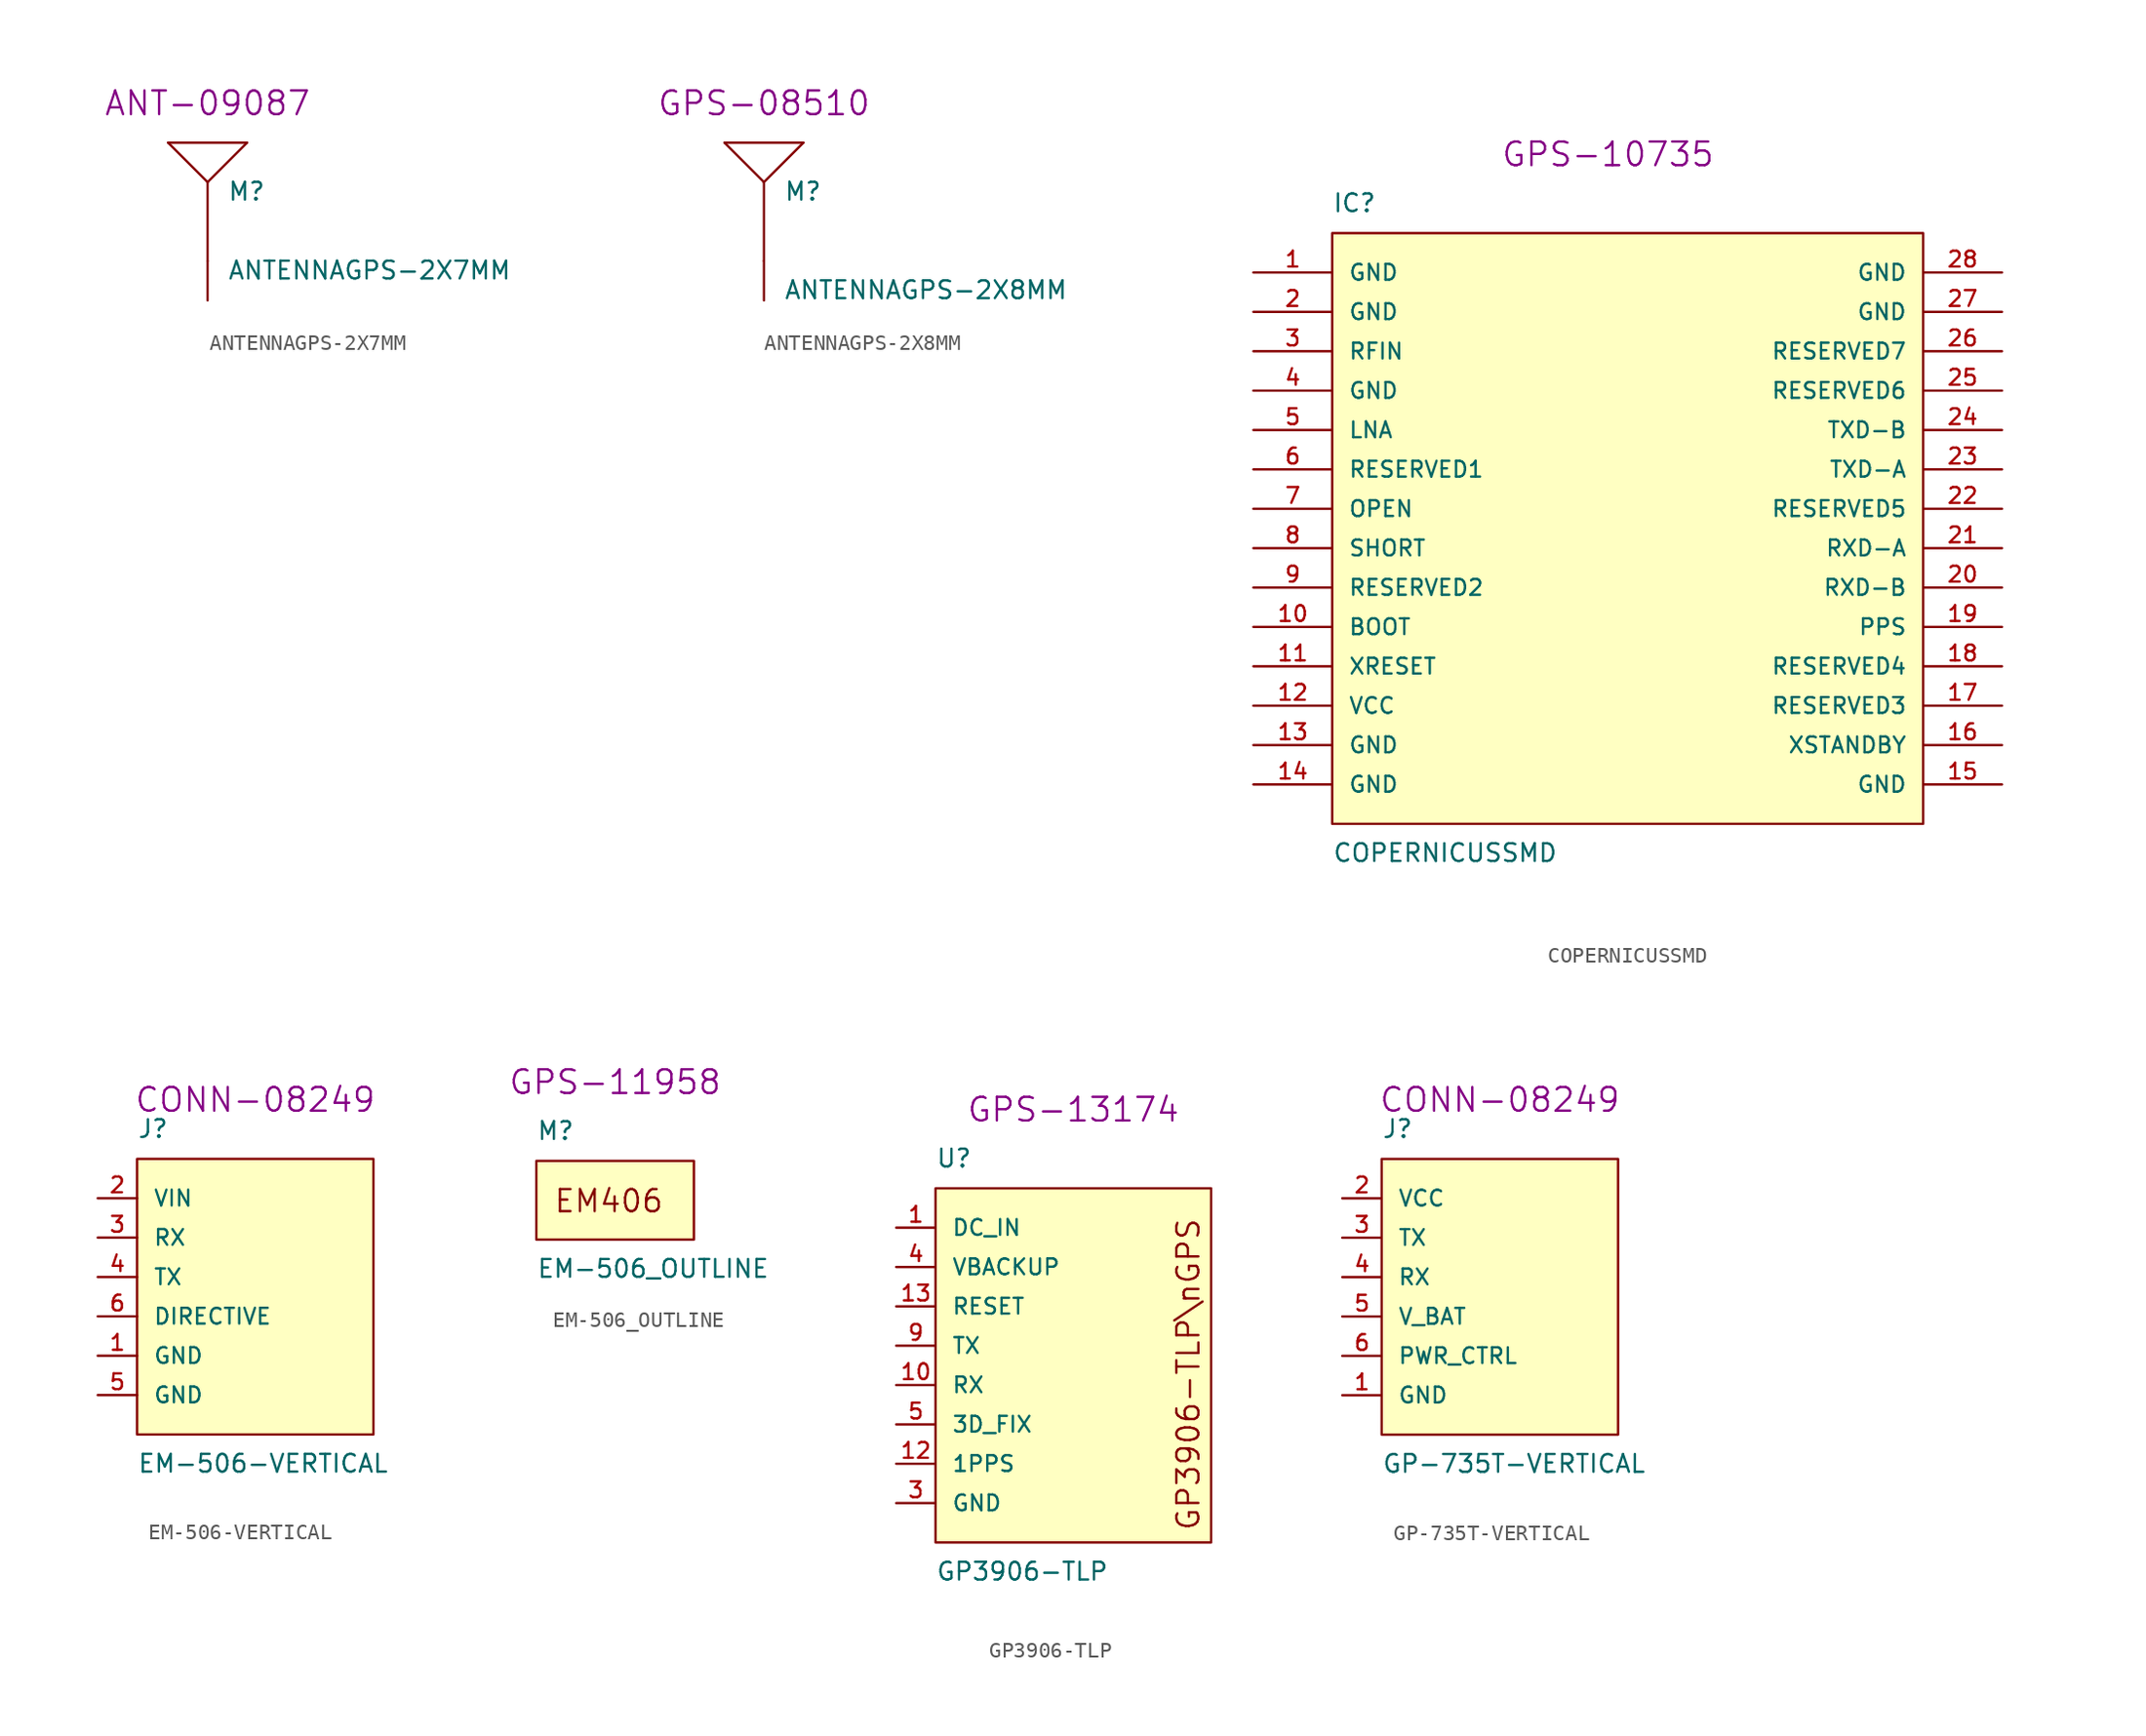
<source format=kicad_sym>
(kicad_symbol_lib
  (version 20211014)
  (generator kicad_symbol_editor)
  (symbol "ANTENNAGPS-2X7MM"
    (pin_numbers hide)
    (pin_names
      (offset 1.016) hide)
    (property "Reference" "M"
      (at 1.27 1.27 0)
      (effects (font (size 1.143 1.143)) (justify left bottom)))
    (property "Value" "ANTENNAGPS-2X7MM"
      (at 1.27 -3.81 0)
      (effects (font (size 1.143 1.143)) (justify left bottom)))
    (property "Field4" "ANT-09087"
      (at 0 7.62 0)
      (effects (font (size 1.524 1.524))))
    (property "ki_locked" ""
      (at 0 0 0)
      (effects (font (size 1.27 1.27))))
    (symbol "ANTENNAGPS-2X7MM_1_0"
      (polyline (pts (xy -2.54 5.08) (xy 2.54 5.08)) (stroke (width 0) (type default) (color 0 0 0 0)) (fill (type none)))
      (polyline (pts (xy 0 2.54) (xy -2.54 5.08)) (stroke (width 0) (type default) (color 0 0 0 0)) (fill (type none)))
      (polyline (pts (xy 0 2.54) (xy 0 -2.54)) (stroke (width 0) (type default) (color 0 0 0 0)) (fill (type none)))
      (polyline (pts (xy 0 2.54) (xy 2.54 5.08)) (stroke (width 0) (type default) (color 0 0 0 0)) (fill (type none))))
    (symbol "ANTENNAGPS-2X7MM_1_1"
      (pin bidirectional line (at 0 -5.08 90) (length 2.54) (name "SIGNAL" (effects (font (size 1.016 1.016)))) (number "1" (effects (font (size 1.016 1.016)))))))
  (symbol "ANTENNAGPS-2X8MM"
    (pin_numbers hide)
    (pin_names
      (offset 1.016) hide)
    (property "Reference" "M"
      (at 1.27 1.27 0)
      (effects (font (size 1.143 1.143)) (justify left bottom)))
    (property "Value" "ANTENNAGPS-2X8MM"
      (at 1.27 -5.08 0)
      (effects (font (size 1.143 1.143)) (justify left bottom)))
    (property "Field4" "GPS-08510"
      (at 0 7.62 0)
      (effects (font (size 1.524 1.524))))
    (property "ki_locked" ""
      (at 0 0 0)
      (effects (font (size 1.27 1.27))))
    (symbol "ANTENNAGPS-2X8MM_1_0"
      (polyline (pts (xy -2.54 5.08) (xy 2.54 5.08)) (stroke (width 0) (type default) (color 0 0 0 0)) (fill (type none)))
      (polyline (pts (xy 0 2.54) (xy -2.54 5.08)) (stroke (width 0) (type default) (color 0 0 0 0)) (fill (type none)))
      (polyline (pts (xy 0 2.54) (xy 0 -2.54)) (stroke (width 0) (type default) (color 0 0 0 0)) (fill (type none)))
      (polyline (pts (xy 0 2.54) (xy 2.54 5.08)) (stroke (width 0) (type default) (color 0 0 0 0)) (fill (type none))))
    (symbol "ANTENNAGPS-2X8MM_1_1"
      (pin bidirectional line (at 0 -5.08 90) (length 2.54) (name "SIGNAL" (effects (font (size 1.016 1.016)))) (number "SIG" (effects (font (size 1.016 1.016)))))))
  (symbol "COPERNICUSSMD"
    (pin_names
      (offset 1.016))
    (property "Reference" "IC"
      (at -17.78 19.05 0)
      (effects (font (size 1.143 1.143)) (justify left bottom)))
    (property "Value" "COPERNICUSSMD"
      (at -17.78 -22.86 0)
      (effects (font (size 1.143 1.143)) (justify left bottom)))
    (property "Field4" "GPS-10735"
      (at 0 22.86 0)
      (effects (font (size 1.524 1.524))))
    (property "ki_locked" ""
      (at 0 0 0)
      (effects (font (size 1.27 1.27))))
    (symbol "COPERNICUSSMD_1_1"
      (polyline (pts (xy -17.78 17.78) (xy 20.32 17.78) (xy 20.32 -20.32) (xy -17.78 -20.32) (xy -17.78 17.78)) (stroke (width 0) (type default) (color 0 0 0 0)) (fill (type background)))
      (pin bidirectional line (at -22.86 15.24 0) (length 5.08) (name "GND" (effects (font (size 1.016 1.016)))) (number "1" (effects (font (size 1.016 1.016)))))
      (pin bidirectional line (at -22.86 -7.62 0) (length 5.08) (name "BOOT" (effects (font (size 1.016 1.016)))) (number "10" (effects (font (size 1.016 1.016)))))
      (pin bidirectional line (at -22.86 -10.16 0) (length 5.08) (name "XRESET" (effects (font (size 1.016 1.016)))) (number "11" (effects (font (size 1.016 1.016)))))
      (pin bidirectional line (at -22.86 -12.7 0) (length 5.08) (name "VCC" (effects (font (size 1.016 1.016)))) (number "12" (effects (font (size 1.016 1.016)))))
      (pin bidirectional line (at -22.86 -15.24 0) (length 5.08) (name "GND" (effects (font (size 1.016 1.016)))) (number "13" (effects (font (size 1.016 1.016)))))
      (pin bidirectional line (at -22.86 -17.78 0) (length 5.08) (name "GND" (effects (font (size 1.016 1.016)))) (number "14" (effects (font (size 1.016 1.016)))))
      (pin bidirectional line (at 25.4 -17.78 180) (length 5.08) (name "GND" (effects (font (size 1.016 1.016)))) (number "15" (effects (font (size 1.016 1.016)))))
      (pin bidirectional line (at 25.4 -15.24 180) (length 5.08) (name "XSTANDBY" (effects (font (size 1.016 1.016)))) (number "16" (effects (font (size 1.016 1.016)))))
      (pin bidirectional line (at 25.4 -12.7 180) (length 5.08) (name "RESERVED3" (effects (font (size 1.016 1.016)))) (number "17" (effects (font (size 1.016 1.016)))))
      (pin bidirectional line (at 25.4 -10.16 180) (length 5.08) (name "RESERVED4" (effects (font (size 1.016 1.016)))) (number "18" (effects (font (size 1.016 1.016)))))
      (pin bidirectional line (at 25.4 -7.62 180) (length 5.08) (name "PPS" (effects (font (size 1.016 1.016)))) (number "19" (effects (font (size 1.016 1.016)))))
      (pin bidirectional line (at -22.86 12.7 0) (length 5.08) (name "GND" (effects (font (size 1.016 1.016)))) (number "2" (effects (font (size 1.016 1.016)))))
      (pin bidirectional line (at 25.4 -5.08 180) (length 5.08) (name "RXD-B" (effects (font (size 1.016 1.016)))) (number "20" (effects (font (size 1.016 1.016)))))
      (pin bidirectional line (at 25.4 -2.54 180) (length 5.08) (name "RXD-A" (effects (font (size 1.016 1.016)))) (number "21" (effects (font (size 1.016 1.016)))))
      (pin bidirectional line (at 25.4 0 180) (length 5.08) (name "RESERVED5" (effects (font (size 1.016 1.016)))) (number "22" (effects (font (size 1.016 1.016)))))
      (pin bidirectional line (at 25.4 2.54 180) (length 5.08) (name "TXD-A" (effects (font (size 1.016 1.016)))) (number "23" (effects (font (size 1.016 1.016)))))
      (pin bidirectional line (at 25.4 5.08 180) (length 5.08) (name "TXD-B" (effects (font (size 1.016 1.016)))) (number "24" (effects (font (size 1.016 1.016)))))
      (pin bidirectional line (at 25.4 7.62 180) (length 5.08) (name "RESERVED6" (effects (font (size 1.016 1.016)))) (number "25" (effects (font (size 1.016 1.016)))))
      (pin bidirectional line (at 25.4 10.16 180) (length 5.08) (name "RESERVED7" (effects (font (size 1.016 1.016)))) (number "26" (effects (font (size 1.016 1.016)))))
      (pin bidirectional line (at 25.4 12.7 180) (length 5.08) (name "GND" (effects (font (size 1.016 1.016)))) (number "27" (effects (font (size 1.016 1.016)))))
      (pin bidirectional line (at 25.4 15.24 180) (length 5.08) (name "GND" (effects (font (size 1.016 1.016)))) (number "28" (effects (font (size 1.016 1.016)))))
      (pin bidirectional line (at -22.86 10.16 0) (length 5.08) (name "RFIN" (effects (font (size 1.016 1.016)))) (number "3" (effects (font (size 1.016 1.016)))))
      (pin bidirectional line (at -22.86 7.62 0) (length 5.08) (name "GND" (effects (font (size 1.016 1.016)))) (number "4" (effects (font (size 1.016 1.016)))))
      (pin bidirectional line (at -22.86 5.08 0) (length 5.08) (name "LNA" (effects (font (size 1.016 1.016)))) (number "5" (effects (font (size 1.016 1.016)))))
      (pin bidirectional line (at -22.86 2.54 0) (length 5.08) (name "RESERVED1" (effects (font (size 1.016 1.016)))) (number "6" (effects (font (size 1.016 1.016)))))
      (pin bidirectional line (at -22.86 0 0) (length 5.08) (name "OPEN" (effects (font (size 1.016 1.016)))) (number "7" (effects (font (size 1.016 1.016)))))
      (pin bidirectional line (at -22.86 -2.54 0) (length 5.08) (name "SHORT" (effects (font (size 1.016 1.016)))) (number "8" (effects (font (size 1.016 1.016)))))
      (pin bidirectional line (at -22.86 -5.08 0) (length 5.08) (name "RESERVED2" (effects (font (size 1.016 1.016)))) (number "9" (effects (font (size 1.016 1.016)))))))
  (symbol "EM-506-VERTICAL"
    (pin_names
      (offset 1.016))
    (property "Reference" "J"
      (at -7.62 8.89 0)
      (effects (font (size 1.143 1.143)) (justify left bottom)))
    (property "Value" "EM-506-VERTICAL"
      (at -7.62 -12.7 0)
      (effects (font (size 1.143 1.143)) (justify left bottom)))
    (property "Field4" "CONN-08249"
      (at 0 11.43 0)
      (effects (font (size 1.524 1.524))))
    (property "ki_locked" ""
      (at 0 0 0)
      (effects (font (size 1.27 1.27))))
    (symbol "EM-506-VERTICAL_1_1"
      (polyline (pts (xy -7.62 7.62) (xy -7.62 -10.16) (xy 7.62 -10.16) (xy 7.62 7.62) (xy -7.62 7.62)) (stroke (width 0) (type default) (color 0 0 0 0)) (fill (type background)))
      (pin bidirectional line (at -10.16 -5.08 0) (length 2.54) (name "GND" (effects (font (size 1.016 1.016)))) (number "1" (effects (font (size 1.016 1.016)))))
      (pin bidirectional line (at -10.16 5.08 0) (length 2.54) (name "VIN" (effects (font (size 1.016 1.016)))) (number "2" (effects (font (size 1.016 1.016)))))
      (pin bidirectional line (at -10.16 2.54 0) (length 2.54) (name "RX" (effects (font (size 1.016 1.016)))) (number "3" (effects (font (size 1.016 1.016)))))
      (pin bidirectional line (at -10.16 0 0) (length 2.54) (name "TX" (effects (font (size 1.016 1.016)))) (number "4" (effects (font (size 1.016 1.016)))))
      (pin bidirectional line (at -10.16 -7.62 0) (length 2.54) (name "GND" (effects (font (size 1.016 1.016)))) (number "5" (effects (font (size 1.016 1.016)))))
      (pin bidirectional line (at -10.16 -2.54 0) (length 2.54) (name "DIRECTIVE" (effects (font (size 1.016 1.016)))) (number "6" (effects (font (size 1.016 1.016)))))))
  (symbol "EM-506_OUTLINE"
    (pin_numbers hide)
    (pin_names
      (offset 1.016) hide)
    (property "Reference" "M"
      (at -5.08 3.81 0)
      (effects (font (size 1.143 1.143)) (justify left bottom)))
    (property "Value" "EM-506_OUTLINE"
      (at -5.08 -5.08 0)
      (effects (font (size 1.143 1.143)) (justify left bottom)))
    (property "Field4" "GPS-11958"
      (at 0 7.62 0)
      (effects (font (size 1.524 1.524))))
    (property "ki_locked" ""
      (at 0 0 0)
      (effects (font (size 1.27 1.27))))
    (symbol "EM-506_OUTLINE_1_0"
      (text "EM406" (at -0.406 -0.051 0) (effects (font (size 1.422 1.422)))))
    (symbol "EM-506_OUTLINE_1_1"
      (polyline (pts (xy -5.08 -2.54) (xy -5.08 2.54) (xy 5.08 2.54) (xy 5.08 -2.54) (xy -5.08 -2.54)) (stroke (width 0) (type default) (color 0 0 0 0)) (fill (type background)))))
  (symbol "GP3906-TLP"
    (pin_names
      (offset 1.016))
    (property "Reference" "U"
      (at -8.89 13.97 0)
      (effects (font (size 1.143 1.143)) (justify left bottom)))
    (property "Value" "GP3906-TLP"
      (at -8.89 -12.7 0)
      (effects (font (size 1.143 1.143)) (justify left bottom)))
    (property "Field4" "GPS-13174"
      (at 0 17.78 0)
      (effects (font (size 1.524 1.524))))
    (property "ki_locked" ""
      (at 0 0 0)
      (effects (font (size 1.27 1.27))))
    (symbol "GP3906-TLP_1_0"
      (text "GP3906-TLP\\nGPS" (at 7.417 0.686 900) (effects (font (size 1.422 1.422)))))
    (symbol "GP3906-TLP_1_1"
      (polyline (pts (xy -8.89 -10.16) (xy -8.89 12.7) (xy 8.89 12.7) (xy 8.89 -10.16) (xy -8.89 -10.16)) (stroke (width 0) (type default) (color 0 0 0 0)) (fill (type background)))
      (pin bidirectional line (at -11.43 10.16 0) (length 2.54) (name "DC_IN" (effects (font (size 1.016 1.016)))) (number "1" (effects (font (size 1.016 1.016)))))
      (pin bidirectional line (at -11.43 0 0) (length 2.54) (name "RX" (effects (font (size 1.016 1.016)))) (number "10" (effects (font (size 1.016 1.016)))))
      (pin bidirectional line (at -11.43 -7.62 0) (length 2.54) hide (name "GND" (effects (font (size 1.016 1.016)))) (number "11" (effects (font (size 1.016 1.016)))))
      (pin bidirectional line (at -11.43 -5.08 0) (length 2.54) (name "1PPS" (effects (font (size 1.016 1.016)))) (number "12" (effects (font (size 1.016 1.016)))))
      (pin bidirectional line (at -11.43 5.08 0) (length 2.54) (name "RESET" (effects (font (size 1.016 1.016)))) (number "13" (effects (font (size 1.016 1.016)))))
      (pin bidirectional line (at -11.43 -7.62 0) (length 2.54) hide (name "GND" (effects (font (size 1.016 1.016)))) (number "20" (effects (font (size 1.016 1.016)))))
      (pin bidirectional line (at -11.43 -7.62 0) (length 2.54) (name "GND" (effects (font (size 1.016 1.016)))) (number "3" (effects (font (size 1.016 1.016)))))
      (pin bidirectional line (at -11.43 7.62 0) (length 2.54) (name "VBACKUP" (effects (font (size 1.016 1.016)))) (number "4" (effects (font (size 1.016 1.016)))))
      (pin bidirectional line (at -11.43 -2.54 0) (length 2.54) (name "3D_FIX" (effects (font (size 1.016 1.016)))) (number "5" (effects (font (size 1.016 1.016)))))
      (pin bidirectional line (at -11.43 -7.62 0) (length 2.54) hide (name "GND" (effects (font (size 1.016 1.016)))) (number "8" (effects (font (size 1.016 1.016)))))
      (pin bidirectional line (at -11.43 2.54 0) (length 2.54) (name "TX" (effects (font (size 1.016 1.016)))) (number "9" (effects (font (size 1.016 1.016)))))))
  (symbol "GP-735T-VERTICAL"
    (pin_names
      (offset 1.016))
    (property "Reference" "J"
      (at -7.62 8.89 0)
      (effects (font (size 1.143 1.143)) (justify left bottom)))
    (property "Value" "GP-735T-VERTICAL"
      (at -7.62 -12.7 0)
      (effects (font (size 1.143 1.143)) (justify left bottom)))
    (property "Field4" "CONN-08249"
      (at 0 11.43 0)
      (effects (font (size 1.524 1.524))))
    (property "ki_locked" ""
      (at 0 0 0)
      (effects (font (size 1.27 1.27))))
    (symbol "GP-735T-VERTICAL_1_1"
      (polyline (pts (xy -7.62 7.62) (xy -7.62 -10.16) (xy 7.62 -10.16) (xy 7.62 7.62) (xy -7.62 7.62)) (stroke (width 0) (type default) (color 0 0 0 0)) (fill (type background)))
      (pin bidirectional line (at -10.16 -7.62 0) (length 2.54) (name "GND" (effects (font (size 1.016 1.016)))) (number "1" (effects (font (size 1.016 1.016)))))
      (pin bidirectional line (at -10.16 5.08 0) (length 2.54) (name "VCC" (effects (font (size 1.016 1.016)))) (number "2" (effects (font (size 1.016 1.016)))))
      (pin bidirectional line (at -10.16 2.54 0) (length 2.54) (name "TX" (effects (font (size 1.016 1.016)))) (number "3" (effects (font (size 1.016 1.016)))))
      (pin bidirectional line (at -10.16 0 0) (length 2.54) (name "RX" (effects (font (size 1.016 1.016)))) (number "4" (effects (font (size 1.016 1.016)))))
      (pin bidirectional line (at -10.16 -2.54 0) (length 2.54) (name "V_BAT" (effects (font (size 1.016 1.016)))) (number "5" (effects (font (size 1.016 1.016)))))
      (pin bidirectional line (at -10.16 -5.08 0) (length 2.54) (name "PWR_CTRL" (effects (font (size 1.016 1.016)))) (number "6" (effects (font (size 1.016 1.016))))))))
</source>
